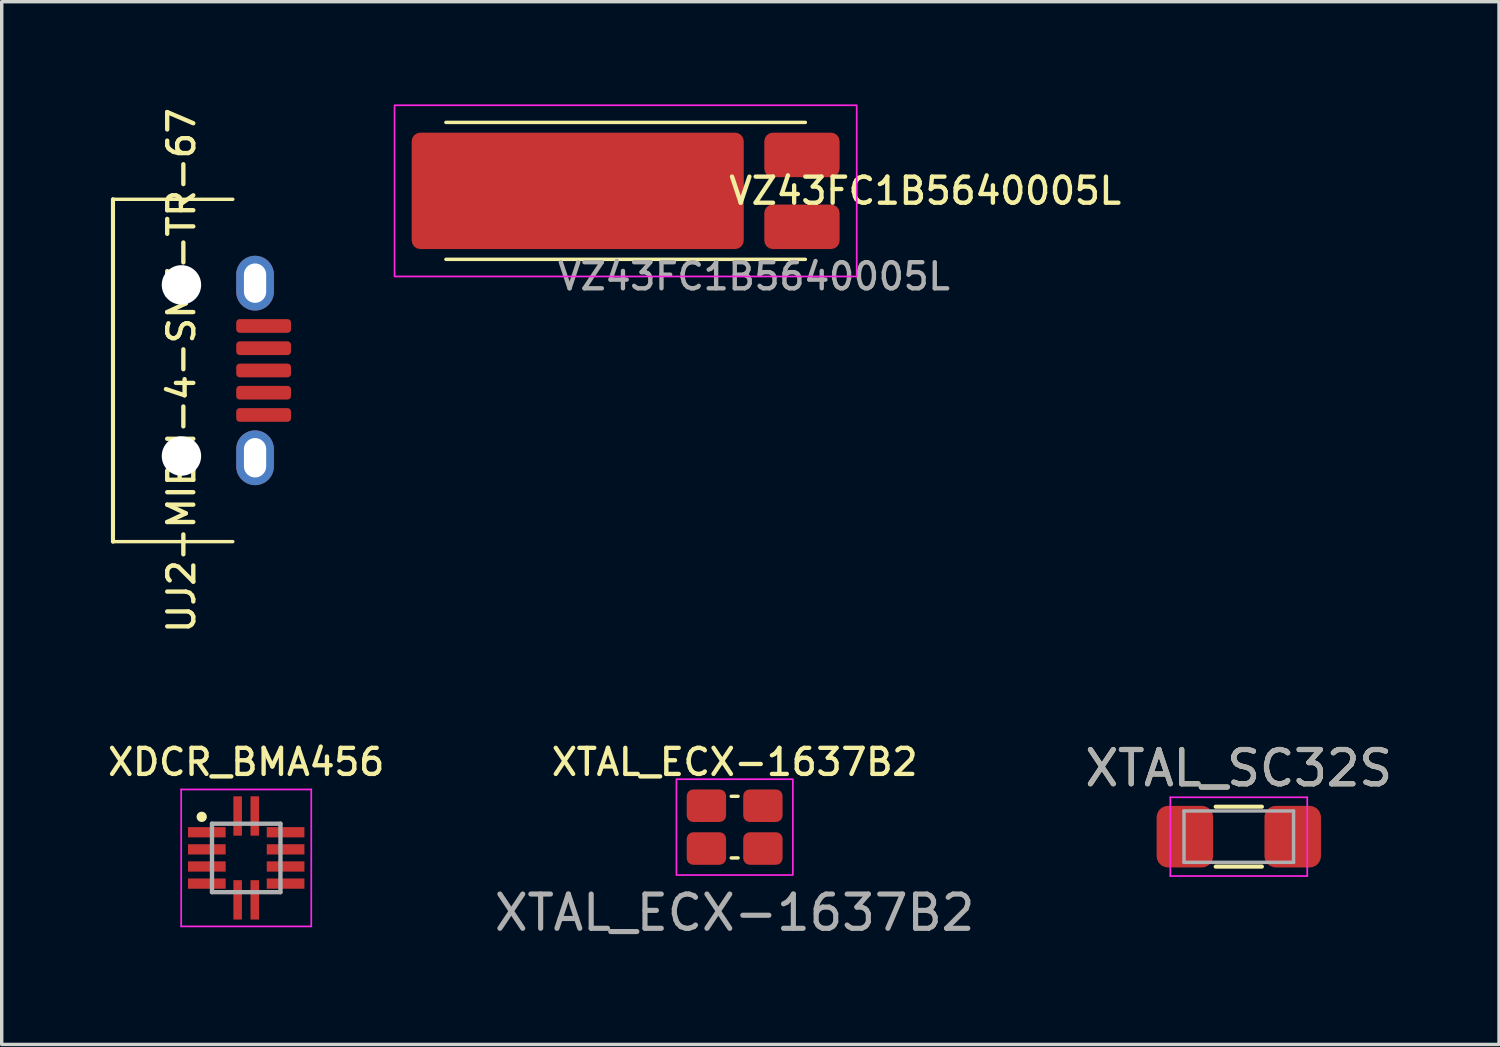
<source format=kicad_pcb>
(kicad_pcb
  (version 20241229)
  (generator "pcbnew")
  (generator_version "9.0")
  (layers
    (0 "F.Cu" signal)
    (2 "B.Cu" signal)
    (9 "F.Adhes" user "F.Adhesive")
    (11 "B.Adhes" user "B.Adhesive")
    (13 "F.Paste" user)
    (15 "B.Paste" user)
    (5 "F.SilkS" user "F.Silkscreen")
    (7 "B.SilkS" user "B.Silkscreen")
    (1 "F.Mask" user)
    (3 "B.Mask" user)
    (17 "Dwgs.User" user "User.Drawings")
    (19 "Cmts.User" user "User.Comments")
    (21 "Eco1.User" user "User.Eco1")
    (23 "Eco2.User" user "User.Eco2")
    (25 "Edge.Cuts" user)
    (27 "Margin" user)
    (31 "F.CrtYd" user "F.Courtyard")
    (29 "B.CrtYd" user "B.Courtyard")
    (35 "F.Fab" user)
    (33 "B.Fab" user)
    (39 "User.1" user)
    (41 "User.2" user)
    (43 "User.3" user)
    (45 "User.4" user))
  (footprint "VZ43FC1B5640005L"
    (layer "F.Cu")
    (at 18.975 2.525)
    (property "Reference" "VZ43FC1B5640005L" (at 5 0 0) (unlocked yes) (layer "F.SilkS") (effects (font (size 0.762 0.762) (thickness 0.127) (bold yes))))
    (attr smd)
    (fp_line (start -9 2) (end 1.5 2) (stroke (width 0.1) (type default)) (layer "F.SilkS"))
    (fp_line (start 1.5 -2) (end -9 -2) (stroke (width 0.1) (type default)) (layer "F.SilkS"))
    (fp_rect (start -10.5 -2.5) (end 3 2.5) (stroke (width 0.05) (type default)) (fill no) (layer "F.CrtYd"))
    (fp_text user "${REFERENCE}" (at 0 2.5 0) (unlocked yes) (layer "F.Fab") (effects (font (size 0.762 0.762) (thickness 0.127) (bold yes))))
    (pad "1" smd roundrect (at 1.4 -1.05) (size 2.2 1.3) (layers "F.Cu" "F.Mask" "F.Paste") (roundrect_rratio 0.192))
    (pad "2" smd roundrect (at 1.4 1.05) (size 2.2 1.3) (layers "F.Cu" "F.Mask" "F.Paste") (roundrect_rratio 0.192))
    (pad "MT" smd roundrect (at -5.15 0) (size 9.7 3.4) (layers "F.Cu" "F.Mask" "F.Paste") (roundrect_rratio 0.074)))
  (footprint "UJ2-MIBH-4-SMT-TR-67"
    (layer "F.Cu")
    (at 0.25 7.771)
    (property "Reference" "UJ2-MIBH-4-SMT-TR-67" (at 2 0 90) (unlocked yes) (layer "F.SilkS") (effects (font (size 0.762 0.762) (thickness 0.127) (bold yes))))
    (fp_line (start 0 -5) (end 0 5) (stroke (width 0.12) (type default)) (layer "F.SilkS"))
    (fp_line (start 0 -5) (end 3.5 -5) (stroke (width 0.1) (type default)) (layer "F.SilkS"))
    (fp_line (start 0 5) (end 3.5 5) (stroke (width 0.1) (type default)) (layer "F.SilkS"))
    (pad "" np_thru_hole circle (at 2 -2.5) (size 1.15 1.15) (drill 1.15) (layers "*.Cu" "*.Mask"))
    (pad "" np_thru_hole circle (at 2 2.5) (size 1.15 1.15) (drill 1.15) (layers "*.Cu" "*.Mask"))
    (pad "1" smd roundrect (at 4.4 -1.3) (size 1.6 0.4) (layers "F.Cu" "F.Mask" "F.Paste") (roundrect_rratio 0.25))
    (pad "2" smd roundrect (at 4.4 -0.65) (size 1.6 0.4) (layers "F.Cu" "F.Mask" "F.Paste") (roundrect_rratio 0.25))
    (pad "3" smd roundrect (at 4.4 0) (size 1.6 0.4) (layers "F.Cu" "F.Mask" "F.Paste") (roundrect_rratio 0.25))
    (pad "4" smd roundrect (at 4.4 0.65) (size 1.6 0.4) (layers "F.Cu" "F.Mask" "F.Paste") (roundrect_rratio 0.25))
    (pad "5" smd roundrect (at 4.4 1.3) (size 1.6 0.4) (layers "F.Cu" "F.Mask" "F.Paste") (roundrect_rratio 0.25))
    (pad "6" thru_hole oval (at 4.15 -2.55) (size 1.1 1.6) (drill oval 0.65 1.15) (layers "*.Cu" "*.Mask"))
    (pad "6" thru_hole oval (at 4.15 2.55) (size 1.1 1.6) (drill oval 0.65 1.15) (layers "*.Cu" "*.Mask")))
  (footprint "XTAL_ECX-1637B2"
    (layer "F.Cu")
    (at 18.409 21.11)
    (property "Reference" "XTAL_ECX-1637B2" (at 0 -1.9 0) (unlocked yes) (layer "F.SilkS") (effects (font (size 0.762 0.762) (thickness 0.127) (bold yes))))
    (attr smd)
    (fp_line (start -0.1 -0.9) (end 0.1 -0.9) (stroke (width 0.1) (type default)) (layer "F.SilkS"))
    (fp_line (start -0.1 0.9) (end 0.1 0.9) (stroke (width 0.1) (type default)) (layer "F.SilkS"))
    (fp_rect (start -1.7 -1.4) (end 1.7 1.4) (stroke (width 0.05) (type default)) (fill no) (layer "F.CrtYd"))
    (fp_text user "${REFERENCE}" (at 0 2.5 0) (unlocked yes) (layer "F.Fab") (effects (font (size 1 1) (thickness 0.15))))
    (pad "1" smd roundrect (at -0.825 0.625) (size 1.15 0.95) (layers "F.Cu" "F.Mask" "F.Paste") (roundrect_rratio 0.2))
    (pad "2" smd roundrect (at -0.825 -0.625) (size 1.15 0.95) (layers "F.Cu" "F.Mask" "F.Paste") (roundrect_rratio 0.2))
    (pad "2" smd roundrect (at 0.825 0.625) (size 1.15 0.95) (layers "F.Cu" "F.Mask" "F.Paste") (roundrect_rratio 0.2))
    (pad "3" smd roundrect (at 0.825 -0.625) (size 1.15 0.95) (layers "F.Cu" "F.Mask" "F.Paste") (roundrect_rratio 0.2)))
  (footprint "XTAL_SC32S"
    (layer "F.Cu")
    (at 33.135 21.389)
    (property "Reference" "XTAL_SC32S" (at 0 -2 0) (layer "F.SilkS") (effects (font (size 1 1) (thickness 0.15))))
    (attr smd)
    (fp_line (start -0.675 -0.875) (end 0.675 -0.875) (stroke (width 0.12) (type solid)) (layer "F.SilkS"))
    (fp_line (start -0.675 0.875) (end 0.675 0.875) (stroke (width 0.12) (type solid)) (layer "F.SilkS"))
    (fp_line (start -2 -1.15) (end -2 1.15) (stroke (width 0.05) (type solid)) (layer "F.CrtYd"))
    (fp_line (start -2 -1.15) (end 2 -1.15) (stroke (width 0.05) (type solid)) (layer "F.CrtYd"))
    (fp_line (start -2 1.15) (end 2 1.15) (stroke (width 0.05) (type solid)) (layer "F.CrtYd"))
    (fp_line (start 2 -1.15) (end 2 1.15) (stroke (width 0.05) (type solid)) (layer "F.CrtYd"))
    (fp_line (start -1.6 -0.75) (end -1.6 0.75) (stroke (width 0.1) (type solid)) (layer "F.Fab"))
    (fp_line (start -1.6 -0.75) (end 1.6 -0.75) (stroke (width 0.1) (type solid)) (layer "F.Fab"))
    (fp_line (start -1.6 0.75) (end 1.6 0.75) (stroke (width 0.1) (type solid)) (layer "F.Fab"))
    (fp_line (start 1.6 -0.75) (end 1.6 0.75) (stroke (width 0.1) (type solid)) (layer "F.Fab"))
    (fp_text user "${REFERENCE}" (at 0 -2 0) (layer "F.Fab") (effects (font (size 1 1) (thickness 0.15))))
    (pad "1" smd roundrect (at -1.575 0) (size 1.65 1.8) (layers "F.Cu" "F.Mask" "F.Paste") (roundrect_rratio 0.2))
    (pad "2" smd roundrect (at 1.575 0) (size 1.65 1.8) (layers "F.Cu" "F.Mask" "F.Paste") (roundrect_rratio 0.2)))
  (footprint "XDCR_BMA456"
    (layer "F.Cu")
    (at 4.142 22.01)
    (property "Reference" "XDCR_BMA456" (at 0 -2.8 0) (layer "F.SilkS") (effects (font (size 0.762 0.762) (thickness 0.127))))
    (attr through_hole)
    (fp_poly (pts (xy -1.7 -0.95) (xy -0.55 -0.95) (xy -0.55 -0.55) (xy -1.7 -0.55)) (stroke (width 0.01) (type solid)) (fill yes) (layer "F.Mask"))
    (fp_poly (pts (xy -1.7 -0.45) (xy -0.55 -0.45) (xy -0.55 -0.05) (xy -1.7 -0.05)) (stroke (width 0.01) (type solid)) (fill yes) (layer "F.Mask"))
    (fp_poly (pts (xy -1.7 0.05) (xy -0.55 0.05) (xy -0.55 0.45) (xy -1.7 0.45)) (stroke (width 0.01) (type solid)) (fill yes) (layer "F.Mask"))
    (fp_poly (pts (xy -1.7 0.55) (xy -0.55 0.55) (xy -0.55 0.95) (xy -1.7 0.95)) (stroke (width 0.01) (type solid)) (fill yes) (layer "F.Mask"))
    (fp_poly (pts (xy -0.425 -1.8) (xy -0.075 -1.8) (xy -0.075 -0.6) (xy -0.425 -0.6)) (stroke (width 0.01) (type solid)) (fill yes) (layer "F.Mask"))
    (fp_poly (pts (xy -0.425 0.6) (xy -0.075 0.6) (xy -0.075 1.8) (xy -0.425 1.8)) (stroke (width 0.01) (type solid)) (fill yes) (layer "F.Mask"))
    (fp_poly (pts (xy 0.075 -1.8) (xy 0.425 -1.8) (xy 0.425 -0.6) (xy 0.075 -0.6)) (stroke (width 0.01) (type solid)) (fill yes) (layer "F.Mask"))
    (fp_poly (pts (xy 0.075 0.6) (xy 0.425 0.6) (xy 0.425 1.8) (xy 0.075 1.8)) (stroke (width 0.01) (type solid)) (fill yes) (layer "F.Mask"))
    (fp_poly (pts (xy 0.55 -0.95) (xy 1.7 -0.95) (xy 1.7 -0.55) (xy 0.55 -0.55)) (stroke (width 0.01) (type solid)) (fill yes) (layer "F.Mask"))
    (fp_poly (pts (xy 0.55 -0.45) (xy 1.7 -0.45) (xy 1.7 -0.05) (xy 0.55 -0.05)) (stroke (width 0.01) (type solid)) (fill yes) (layer "F.Mask"))
    (fp_poly (pts (xy 0.55 0.05) (xy 1.7 0.05) (xy 1.7 0.45) (xy 0.55 0.45)) (stroke (width 0.01) (type solid)) (fill yes) (layer "F.Mask"))
    (fp_poly (pts (xy 0.55 0.55) (xy 1.7 0.55) (xy 1.7 0.95) (xy 0.55 0.95)) (stroke (width 0.01) (type solid)) (fill yes) (layer "F.Mask"))
    (fp_circle (center -1.3 -1.2) (end -1.2 -1.2) (stroke (width 0.1) (type solid)) (fill yes) (layer "F.SilkS"))
    (fp_line (start -1.9 -2) (end 1.9 -2) (stroke (width 0.05) (type solid)) (layer "F.CrtYd"))
    (fp_line (start -1.9 2) (end -1.9 -2) (stroke (width 0.05) (type solid)) (layer "F.CrtYd"))
    (fp_line (start 1.9 -2) (end 1.9 2) (stroke (width 0.05) (type solid)) (layer "F.CrtYd"))
    (fp_line (start 1.9 2) (end -1.9 2) (stroke (width 0.05) (type solid)) (layer "F.CrtYd"))
    (fp_line (start -1 -1) (end 1 -1) (stroke (width 0.127) (type solid)) (layer "F.Fab"))
    (fp_line (start -1 1) (end -1 -1) (stroke (width 0.127) (type solid)) (layer "F.Fab"))
    (fp_line (start 1 -1) (end 1 1) (stroke (width 0.127) (type solid)) (layer "F.Fab"))
    (fp_line (start 1 1) (end -1 1) (stroke (width 0.127) (type solid)) (layer "F.Fab"))
    (pad "1" smd rect (at -1.15 -0.75) (size 1.1 0.3) (layers "F.Cu" "F.Paste"))
    (pad "2" smd rect (at -1.15 -0.25) (size 1.1 0.3) (layers "F.Cu" "F.Paste"))
    (pad "3" smd rect (at -1.15 0.25) (size 1.1 0.3) (layers "F.Cu" "F.Paste"))
    (pad "4" smd rect (at -1.15 0.75) (size 1.1 0.3) (layers "F.Cu" "F.Paste"))
    (pad "5" smd rect (at -0.25 1.225 270) (size 1.15 0.25) (layers "F.Cu" "F.Paste"))
    (pad "6" smd rect (at 0.25 1.225 270) (size 1.15 0.25) (layers "F.Cu" "F.Paste"))
    (pad "7" smd rect (at 1.15 0.75 180) (size 1.1 0.3) (layers "F.Cu" "F.Paste"))
    (pad "8" smd rect (at 1.15 0.25 180) (size 1.1 0.3) (layers "F.Cu" "F.Paste"))
    (pad "9" smd rect (at 1.15 -0.25 180) (size 1.1 0.3) (layers "F.Cu" "F.Paste"))
    (pad "10" smd rect (at 1.15 -0.75 180) (size 1.1 0.3) (layers "F.Cu" "F.Paste"))
    (pad "11" smd rect (at 0.25 -1.225 90) (size 1.15 0.25) (layers "F.Cu" "F.Paste"))
    (pad "12" smd rect (at -0.25 -1.225 90) (size 1.15 0.25) (layers "F.Cu" "F.Paste"))
    (zone (net_name "") (layer "F.Cu") (hatch full 0.508) (connect_pads) (min_thickness 0.01) (filled_areas_thickness no) (keepout (tracks not_allowed) (vias not_allowed) (pads not_allowed) (copperpour not_allowed) (footprints allowed)) (placement (enabled no)) (fill) (polygon (pts (xy 3.767 21.61) (xy 4.517 21.61) (xy 4.517 22.41) (xy 3.767 22.41))))
    (zone (net_name "") (layers "F.Cu" "B.Cu") (hatch full 0.508) (connect_pads) (min_thickness 0.01) (filled_areas_thickness no) (keepout (tracks allowed) (vias not_allowed) (pads allowed) (copperpour allowed) (footprints allowed)) (placement (enabled no)) (fill) (polygon (pts (xy 3.767 21.61) (xy 4.517 21.61) (xy 4.517 22.41) (xy 3.767 22.41)))))
  (gr_rect
    (start -3 -3)
    (end 40.736 27.458)
    (stroke (width 0.1) (type default))
    (fill no)
    (layer "Edge.Cuts")))
</source>
